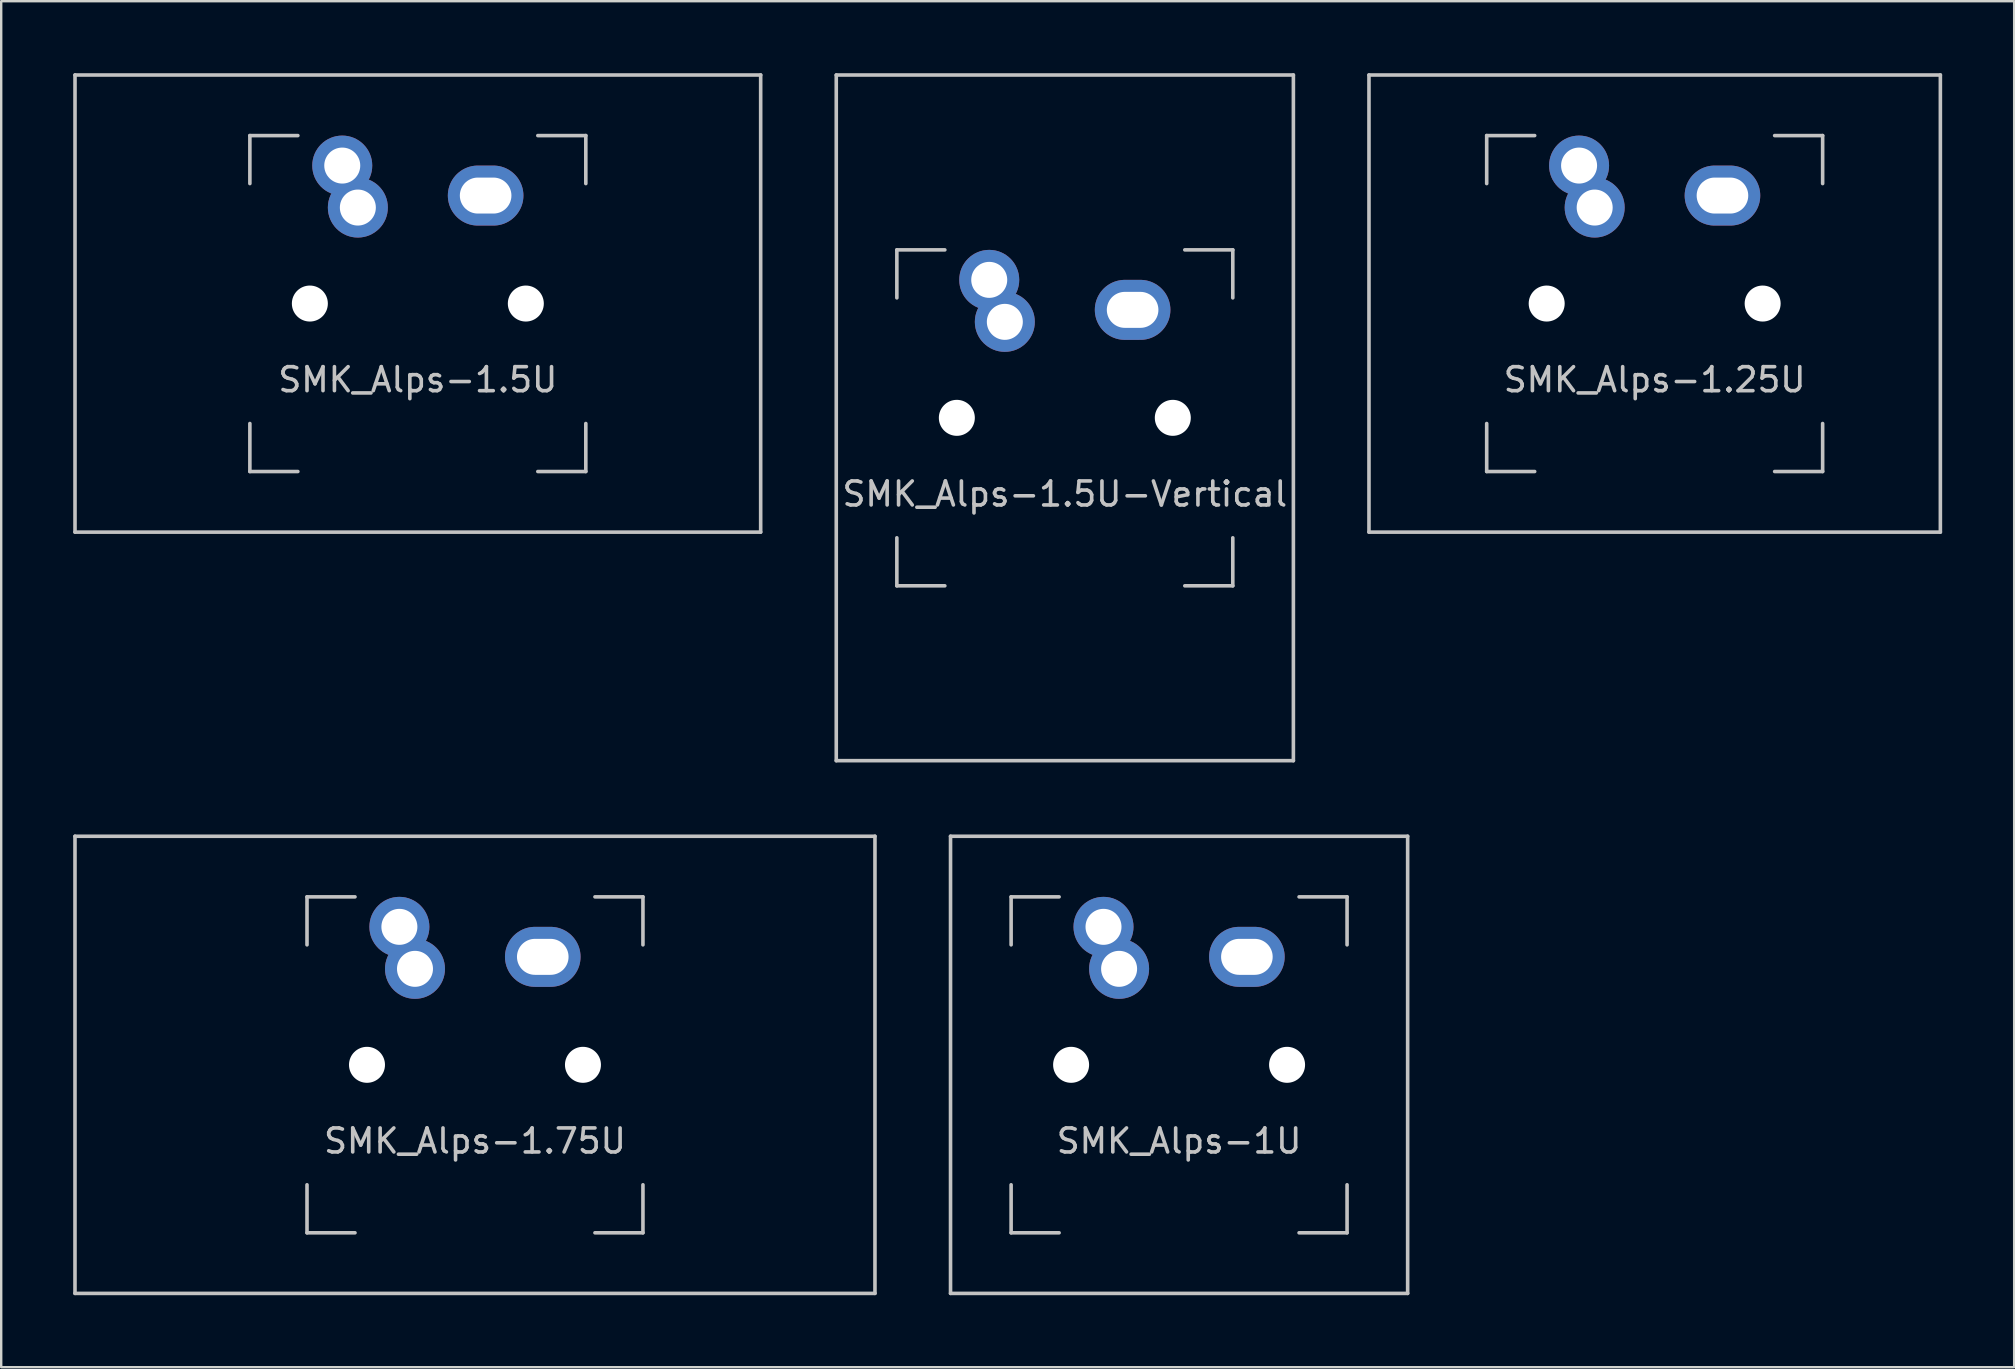
<source format=kicad_pcb>
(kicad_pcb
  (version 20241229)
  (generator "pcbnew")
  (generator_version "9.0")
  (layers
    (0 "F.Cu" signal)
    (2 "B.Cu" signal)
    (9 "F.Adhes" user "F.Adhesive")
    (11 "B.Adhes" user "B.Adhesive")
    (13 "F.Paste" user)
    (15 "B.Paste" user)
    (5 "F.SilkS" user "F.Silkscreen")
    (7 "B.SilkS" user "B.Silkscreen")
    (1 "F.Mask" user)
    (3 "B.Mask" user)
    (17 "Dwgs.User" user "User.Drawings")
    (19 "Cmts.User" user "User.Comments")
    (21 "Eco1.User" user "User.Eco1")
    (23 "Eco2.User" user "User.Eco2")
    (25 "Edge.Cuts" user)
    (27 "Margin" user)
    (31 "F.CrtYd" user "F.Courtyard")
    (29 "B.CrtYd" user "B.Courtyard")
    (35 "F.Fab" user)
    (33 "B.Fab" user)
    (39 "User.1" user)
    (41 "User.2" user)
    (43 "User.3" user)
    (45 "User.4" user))
  (footprint "SMK_Alps-1.5U"
    (layer "F.Cu")
    (at 14.363 9.6)
    (property "Reference" "SMK_Alps-1.5U" (at 0 3.175 0) (layer "Dwgs.User") (effects (font (size 1 1) (thickness 0.15))))
    (attr through_hole)
    (fp_line (start -14.287 -9.525) (end 14.287 -9.525) (stroke (width 0.15) (type solid)) (layer "Dwgs.User"))
    (fp_line (start -14.287 9.525) (end -14.287 -9.525) (stroke (width 0.15) (type solid)) (layer "Dwgs.User"))
    (fp_line (start -14.287 9.525) (end 14.287 9.525) (stroke (width 0.15) (type solid)) (layer "Dwgs.User"))
    (fp_line (start -7 -7) (end -7 -5) (stroke (width 0.15) (type solid)) (layer "Dwgs.User"))
    (fp_line (start -7 5) (end -7 7) (stroke (width 0.15) (type solid)) (layer "Dwgs.User"))
    (fp_line (start -7 7) (end -5 7) (stroke (width 0.15) (type solid)) (layer "Dwgs.User"))
    (fp_line (start -5 -7) (end -7 -7) (stroke (width 0.15) (type solid)) (layer "Dwgs.User"))
    (fp_line (start 5 -7) (end 7 -7) (stroke (width 0.15) (type solid)) (layer "Dwgs.User"))
    (fp_line (start 5 7) (end 7 7) (stroke (width 0.15) (type solid)) (layer "Dwgs.User"))
    (fp_line (start 7 -7) (end 7 -5) (stroke (width 0.15) (type solid)) (layer "Dwgs.User"))
    (fp_line (start 7 7) (end 7 5) (stroke (width 0.15) (type solid)) (layer "Dwgs.User"))
    (fp_line (start 14.287 -9.525) (end 14.287 9.525) (stroke (width 0.15) (type solid)) (layer "Dwgs.User"))
    (pad "" np_thru_hole circle (at -4.5 0 330.95) (size 1.5 1.5) (drill 1.5) (layers "*.Cu" "*.Mask"))
    (pad "" np_thru_hole circle (at 4.5 0 330.95) (size 1.5 1.5) (drill 1.5) (layers "*.Cu" "*.Mask"))
    (pad "SW1" thru_hole circle (at -3.15 -5.75) (size 2.5 2.5) (drill 1.5) (layers "*.Cu" "*.Mask"))
    (pad "SW1" thru_hole circle (at -2.5 -4 330.95) (size 2.5 2.5) (drill 1.5) (layers "*.Cu" "*.Mask"))
    (pad "SW2" thru_hole oval (at 2.825 -4.5) (size 3.15 2.5) (drill oval 2.15 1.5) (layers "*.Cu" "*.Mask")))
  (footprint "SMK_Alps-1.5U-Vertical"
    (layer "F.Cu")
    (at 41.325 14.363)
    (property "Reference" "SMK_Alps-1.5U-Vertical" (at 0 3.175 0) (layer "Dwgs.User") (effects (font (size 1 1) (thickness 0.15))))
    (attr through_hole)
    (fp_line (start -9.525 -14.287) (end -9.525 14.287) (stroke (width 0.15) (type solid)) (layer "Dwgs.User"))
    (fp_line (start -7 -7) (end -7 -5) (stroke (width 0.15) (type solid)) (layer "Dwgs.User"))
    (fp_line (start -7 5) (end -7 7) (stroke (width 0.15) (type solid)) (layer "Dwgs.User"))
    (fp_line (start -7 7) (end -5 7) (stroke (width 0.15) (type solid)) (layer "Dwgs.User"))
    (fp_line (start -5 -7) (end -7 -7) (stroke (width 0.15) (type solid)) (layer "Dwgs.User"))
    (fp_line (start 5 -7) (end 7 -7) (stroke (width 0.15) (type solid)) (layer "Dwgs.User"))
    (fp_line (start 5 7) (end 7 7) (stroke (width 0.15) (type solid)) (layer "Dwgs.User"))
    (fp_line (start 7 -7) (end 7 -5) (stroke (width 0.15) (type solid)) (layer "Dwgs.User"))
    (fp_line (start 7 7) (end 7 5) (stroke (width 0.15) (type solid)) (layer "Dwgs.User"))
    (fp_line (start 9.525 -14.287) (end -9.525 -14.287) (stroke (width 0.15) (type solid)) (layer "Dwgs.User"))
    (fp_line (start 9.525 -14.287) (end 9.525 14.287) (stroke (width 0.15) (type solid)) (layer "Dwgs.User"))
    (fp_line (start 9.525 14.287) (end -9.525 14.287) (stroke (width 0.15) (type solid)) (layer "Dwgs.User"))
    (pad "" np_thru_hole circle (at -4.5 0 330.95) (size 1.5 1.5) (drill 1.5) (layers "*.Cu" "*.Mask"))
    (pad "" np_thru_hole circle (at 4.5 0 330.95) (size 1.5 1.5) (drill 1.5) (layers "*.Cu" "*.Mask"))
    (pad "SW1" thru_hole circle (at -3.15 -5.75) (size 2.5 2.5) (drill 1.5) (layers "*.Cu" "*.Mask"))
    (pad "SW1" thru_hole circle (at -2.5 -4 330.95) (size 2.5 2.5) (drill 1.5) (layers "*.Cu" "*.Mask"))
    (pad "SW2" thru_hole oval (at 2.825 -4.5) (size 3.15 2.5) (drill oval 2.15 1.5) (layers "*.Cu" "*.Mask")))
  (footprint "SMK_Alps-1U"
    (layer "F.Cu")
    (at 46.087 41.325)
    (property "Reference" "SMK_Alps-1U" (at 0 3.175 0) (layer "Dwgs.User") (effects (font (size 1 1) (thickness 0.15))))
    (attr through_hole)
    (fp_line (start -9.525 -9.525) (end 9.525 -9.525) (stroke (width 0.15) (type solid)) (layer "Dwgs.User"))
    (fp_line (start -9.525 9.525) (end -9.525 -9.525) (stroke (width 0.15) (type solid)) (layer "Dwgs.User"))
    (fp_line (start -7 -7) (end -7 -5) (stroke (width 0.15) (type solid)) (layer "Dwgs.User"))
    (fp_line (start -7 5) (end -7 7) (stroke (width 0.15) (type solid)) (layer "Dwgs.User"))
    (fp_line (start -7 7) (end -5 7) (stroke (width 0.15) (type solid)) (layer "Dwgs.User"))
    (fp_line (start -5 -7) (end -7 -7) (stroke (width 0.15) (type solid)) (layer "Dwgs.User"))
    (fp_line (start 5 -7) (end 7 -7) (stroke (width 0.15) (type solid)) (layer "Dwgs.User"))
    (fp_line (start 5 7) (end 7 7) (stroke (width 0.15) (type solid)) (layer "Dwgs.User"))
    (fp_line (start 7 -7) (end 7 -5) (stroke (width 0.15) (type solid)) (layer "Dwgs.User"))
    (fp_line (start 7 7) (end 7 5) (stroke (width 0.15) (type solid)) (layer "Dwgs.User"))
    (fp_line (start 9.525 -9.525) (end 9.525 9.525) (stroke (width 0.15) (type solid)) (layer "Dwgs.User"))
    (fp_line (start 9.525 9.525) (end -9.525 9.525) (stroke (width 0.15) (type solid)) (layer "Dwgs.User"))
    (pad "" np_thru_hole circle (at -4.5 0 330.95) (size 1.5 1.5) (drill 1.5) (layers "*.Cu" "*.Mask"))
    (pad "" np_thru_hole circle (at 4.5 0 330.95) (size 1.5 1.5) (drill 1.5) (layers "*.Cu" "*.Mask"))
    (pad "SW1" thru_hole circle (at -3.15 -5.75) (size 2.5 2.5) (drill 1.5) (layers "*.Cu" "*.Mask"))
    (pad "SW1" thru_hole circle (at -2.5 -4 330.95) (size 2.5 2.5) (drill 1.5) (layers "*.Cu" "*.Mask"))
    (pad "SW2" thru_hole oval (at 2.825 -4.5) (size 3.15 2.5) (drill oval 2.15 1.5) (layers "*.Cu" "*.Mask")))
  (footprint "SMK_Alps-1.25U"
    (layer "F.Cu")
    (at 65.906 9.6)
    (property "Reference" "SMK_Alps-1.25U" (at 0 3.175 0) (layer "Dwgs.User") (effects (font (size 1 1) (thickness 0.15))))
    (attr through_hole)
    (fp_line (start -11.906 -9.525) (end 11.906 -9.525) (stroke (width 0.15) (type solid)) (layer "Dwgs.User"))
    (fp_line (start -11.906 9.525) (end -11.906 -9.525) (stroke (width 0.15) (type solid)) (layer "Dwgs.User"))
    (fp_line (start -11.906 9.525) (end 11.906 9.525) (stroke (width 0.15) (type solid)) (layer "Dwgs.User"))
    (fp_line (start -7 -7) (end -7 -5) (stroke (width 0.15) (type solid)) (layer "Dwgs.User"))
    (fp_line (start -7 5) (end -7 7) (stroke (width 0.15) (type solid)) (layer "Dwgs.User"))
    (fp_line (start -7 7) (end -5 7) (stroke (width 0.15) (type solid)) (layer "Dwgs.User"))
    (fp_line (start -5 -7) (end -7 -7) (stroke (width 0.15) (type solid)) (layer "Dwgs.User"))
    (fp_line (start 5 -7) (end 7 -7) (stroke (width 0.15) (type solid)) (layer "Dwgs.User"))
    (fp_line (start 5 7) (end 7 7) (stroke (width 0.15) (type solid)) (layer "Dwgs.User"))
    (fp_line (start 7 -7) (end 7 -5) (stroke (width 0.15) (type solid)) (layer "Dwgs.User"))
    (fp_line (start 7 7) (end 7 5) (stroke (width 0.15) (type solid)) (layer "Dwgs.User"))
    (fp_line (start 11.906 -9.525) (end 11.906 9.525) (stroke (width 0.15) (type solid)) (layer "Dwgs.User"))
    (pad "" np_thru_hole circle (at -4.5 0 330.95) (size 1.5 1.5) (drill 1.5) (layers "*.Cu" "*.Mask"))
    (pad "" np_thru_hole circle (at 4.5 0 330.95) (size 1.5 1.5) (drill 1.5) (layers "*.Cu" "*.Mask"))
    (pad "SW1" thru_hole circle (at -3.15 -5.75) (size 2.5 2.5) (drill 1.5) (layers "*.Cu" "*.Mask"))
    (pad "SW1" thru_hole circle (at -2.5 -4 330.95) (size 2.5 2.5) (drill 1.5) (layers "*.Cu" "*.Mask"))
    (pad "SW2" thru_hole oval (at 2.825 -4.5) (size 3.15 2.5) (drill oval 2.15 1.5) (layers "*.Cu" "*.Mask")))
  (footprint "SMK_Alps-1.75U"
    (layer "F.Cu")
    (at 16.744 41.325)
    (property "Reference" "SMK_Alps-1.75U" (at 0 3.175 0) (layer "Dwgs.User") (effects (font (size 1 1) (thickness 0.15))))
    (attr through_hole)
    (fp_line (start -16.669 -9.525) (end 16.669 -9.525) (stroke (width 0.15) (type solid)) (layer "Dwgs.User"))
    (fp_line (start -16.669 9.525) (end -16.669 -9.525) (stroke (width 0.15) (type solid)) (layer "Dwgs.User"))
    (fp_line (start -16.669 9.525) (end 16.669 9.525) (stroke (width 0.15) (type solid)) (layer "Dwgs.User"))
    (fp_line (start -7 -7) (end -7 -5) (stroke (width 0.15) (type solid)) (layer "Dwgs.User"))
    (fp_line (start -7 5) (end -7 7) (stroke (width 0.15) (type solid)) (layer "Dwgs.User"))
    (fp_line (start -7 7) (end -5 7) (stroke (width 0.15) (type solid)) (layer "Dwgs.User"))
    (fp_line (start -5 -7) (end -7 -7) (stroke (width 0.15) (type solid)) (layer "Dwgs.User"))
    (fp_line (start 5 -7) (end 7 -7) (stroke (width 0.15) (type solid)) (layer "Dwgs.User"))
    (fp_line (start 5 7) (end 7 7) (stroke (width 0.15) (type solid)) (layer "Dwgs.User"))
    (fp_line (start 7 -7) (end 7 -5) (stroke (width 0.15) (type solid)) (layer "Dwgs.User"))
    (fp_line (start 7 7) (end 7 5) (stroke (width 0.15) (type solid)) (layer "Dwgs.User"))
    (fp_line (start 16.669 -9.525) (end 16.669 9.525) (stroke (width 0.15) (type solid)) (layer "Dwgs.User"))
    (pad "" np_thru_hole circle (at -4.5 0 330.95) (size 1.5 1.5) (drill 1.5) (layers "*.Cu" "*.Mask"))
    (pad "" np_thru_hole circle (at 4.5 0 330.95) (size 1.5 1.5) (drill 1.5) (layers "*.Cu" "*.Mask"))
    (pad "SW1" thru_hole circle (at -3.15 -5.75) (size 2.5 2.5) (drill 1.5) (layers "*.Cu" "*.Mask"))
    (pad "SW1" thru_hole circle (at -2.5 -4 330.95) (size 2.5 2.5) (drill 1.5) (layers "*.Cu" "*.Mask"))
    (pad "SW2" thru_hole oval (at 2.825 -4.5) (size 3.15 2.5) (drill oval 2.15 1.5) (layers "*.Cu" "*.Mask")))
  (gr_rect
    (start -3 -3)
    (end 80.888 53.925)
    (stroke (width 0.1) (type default))
    (fill no)
    (layer "Edge.Cuts")))
</source>
